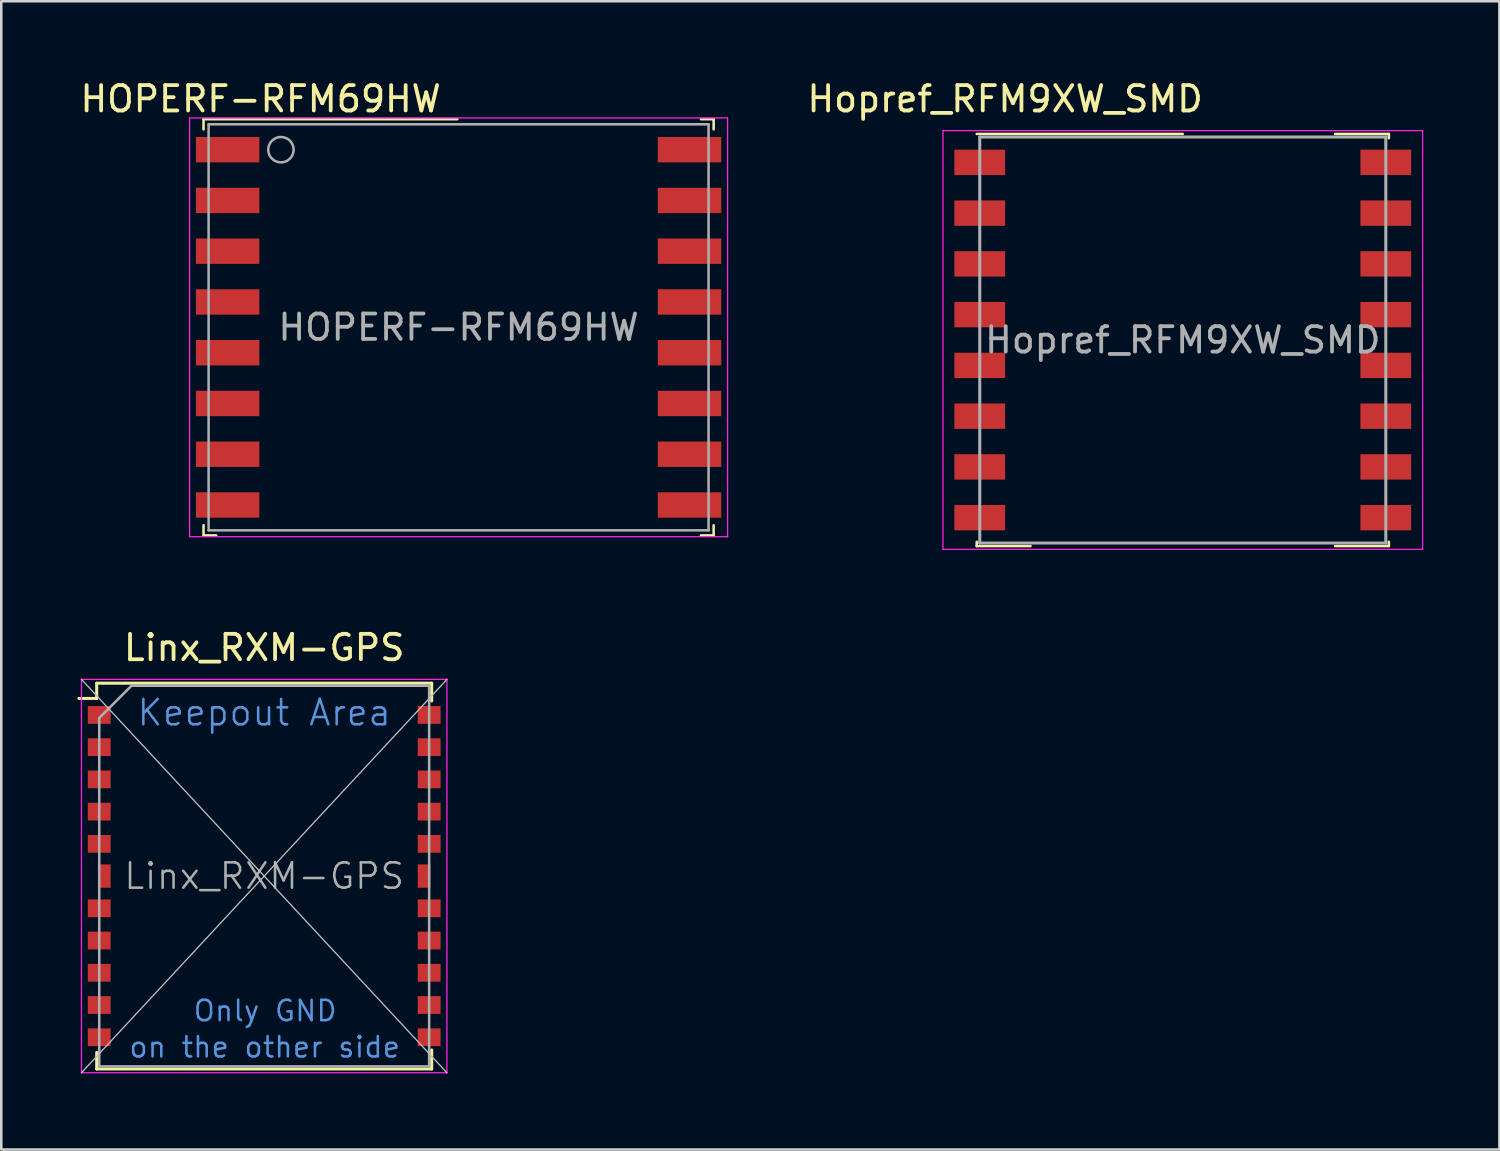
<source format=kicad_pcb>
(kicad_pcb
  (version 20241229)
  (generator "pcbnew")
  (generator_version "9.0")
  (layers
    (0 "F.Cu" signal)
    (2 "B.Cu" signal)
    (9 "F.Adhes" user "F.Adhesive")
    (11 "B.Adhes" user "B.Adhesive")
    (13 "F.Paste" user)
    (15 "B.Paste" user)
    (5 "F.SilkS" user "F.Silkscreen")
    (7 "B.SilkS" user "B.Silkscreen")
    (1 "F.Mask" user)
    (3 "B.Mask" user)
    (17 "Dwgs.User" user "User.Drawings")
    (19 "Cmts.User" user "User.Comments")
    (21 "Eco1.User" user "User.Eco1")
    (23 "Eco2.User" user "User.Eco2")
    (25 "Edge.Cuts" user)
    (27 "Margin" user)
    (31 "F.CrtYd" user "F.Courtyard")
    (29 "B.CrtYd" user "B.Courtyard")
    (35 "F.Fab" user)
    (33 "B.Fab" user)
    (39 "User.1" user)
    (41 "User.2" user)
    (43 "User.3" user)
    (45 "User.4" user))
  (footprint "HOPERF-RFM69HW"
    (layer "F.Cu")
    (at 15.02 9.848)
    (property "Reference" "HOPERF-RFM69HW" (at -7.8 -9 0) (layer "F.SilkS") (effects (font (size 1 1) (thickness 0.15))))
    (attr smd)
    (fp_line (start -10.05 -8.2) (end -10.05 -7.8) (stroke (width 0.1) (type solid)) (layer "F.SilkS"))
    (fp_line (start -10.05 -8.2) (end -0.05 -8.2) (stroke (width 0.1) (type solid)) (layer "F.SilkS"))
    (fp_line (start -10.05 7.8) (end -10.05 8.2) (stroke (width 0.1) (type solid)) (layer "F.SilkS"))
    (fp_line (start -10.05 8.2) (end -9.55 8.2) (stroke (width 0.1) (type solid)) (layer "F.SilkS"))
    (fp_line (start 9.55 -8.2) (end 10.05 -8.2) (stroke (width 0.1) (type solid)) (layer "F.SilkS"))
    (fp_line (start 9.55 8.2) (end 10.05 8.2) (stroke (width 0.1) (type solid)) (layer "F.SilkS"))
    (fp_line (start 10.05 -8.2) (end 10.05 -7.8) (stroke (width 0.1) (type solid)) (layer "F.SilkS"))
    (fp_line (start 10.05 7.8) (end 10.05 8.2) (stroke (width 0.1) (type solid)) (layer "F.SilkS"))
    (fp_line (start -10.6 -8.25) (end 10.6 -8.25) (stroke (width 0.05) (type solid)) (layer "F.CrtYd"))
    (fp_line (start -10.6 8.25) (end -10.6 -8.25) (stroke (width 0.05) (type solid)) (layer "F.CrtYd"))
    (fp_line (start 10.6 -8.25) (end 10.6 8.25) (stroke (width 0.05) (type solid)) (layer "F.CrtYd"))
    (fp_line (start 10.6 8.25) (end -10.6 8.25) (stroke (width 0.05) (type solid)) (layer "F.CrtYd"))
    (fp_line (start -9.85 -8) (end 9.85 -8) (stroke (width 0.1) (type solid)) (layer "F.Fab"))
    (fp_line (start -9.85 8) (end -9.85 -8) (stroke (width 0.1) (type solid)) (layer "F.Fab"))
    (fp_line (start 9.85 -8) (end 9.85 8) (stroke (width 0.1) (type solid)) (layer "F.Fab"))
    (fp_line (start 9.85 8) (end -9.85 8) (stroke (width 0.1) (type solid)) (layer "F.Fab"))
    (fp_circle (center -7 -7) (end -7.5 -7) (stroke (width 0.1) (type solid)) (fill no) (layer "F.Fab"))
    (fp_text user "${REFERENCE}" (at 0 0 0) (layer "F.Fab") (effects (font (size 1 1) (thickness 0.15))))
    (pad "1" smd rect (at -9.1 -7) (size 2.5 1) (layers "F.Cu" "F.Mask" "F.Paste"))
    (pad "2" smd rect (at -9.1 -5) (size 2.5 1) (layers "F.Cu" "F.Mask" "F.Paste"))
    (pad "3" smd rect (at -9.1 -3) (size 2.5 1) (layers "F.Cu" "F.Mask" "F.Paste"))
    (pad "4" smd rect (at -9.1 -1) (size 2.5 1) (layers "F.Cu" "F.Mask" "F.Paste"))
    (pad "5" smd rect (at -9.1 1) (size 2.5 1) (layers "F.Cu" "F.Mask" "F.Paste"))
    (pad "6" smd rect (at -9.1 3) (size 2.5 1) (layers "F.Cu" "F.Mask" "F.Paste"))
    (pad "7" smd rect (at -9.1 5) (size 2.5 1) (layers "F.Cu" "F.Mask" "F.Paste"))
    (pad "8" smd rect (at -9.1 7) (size 2.5 1) (layers "F.Cu" "F.Mask" "F.Paste"))
    (pad "9" smd rect (at 9.1 7) (size 2.5 1) (layers "F.Cu" "F.Mask" "F.Paste"))
    (pad "10" smd rect (at 9.1 5) (size 2.5 1) (layers "F.Cu" "F.Mask" "F.Paste"))
    (pad "11" smd rect (at 9.1 3) (size 2.5 1) (layers "F.Cu" "F.Mask" "F.Paste"))
    (pad "12" smd rect (at 9.1 1) (size 2.5 1) (layers "F.Cu" "F.Mask" "F.Paste"))
    (pad "13" smd rect (at 9.1 -1) (size 2.5 1) (layers "F.Cu" "F.Mask" "F.Paste"))
    (pad "14" smd rect (at 9.1 -3) (size 2.5 1) (layers "F.Cu" "F.Mask" "F.Paste"))
    (pad "15" smd rect (at 9.1 -5) (size 2.5 1) (layers "F.Cu" "F.Mask" "F.Paste"))
    (pad "16" smd rect (at 9.1 -7) (size 2.5 1) (layers "F.Cu" "F.Mask" "F.Paste")))
  (footprint "Linx_RXM-GPS"
    (layer "F.Cu")
    (at 7.36 31.471)
    (property "Reference" "Linx_RXM-GPS" (at 0 -9 0) (layer "F.SilkS") (effects (font (size 1 1) (thickness 0.15))))
    (attr smd)
    (fp_line (start -6.6 -7.6) (end 6.6 -7.6) (stroke (width 0.12) (type solid)) (layer "F.SilkS"))
    (fp_line (start -6.6 -7) (end -7.3 -7) (stroke (width 0.12) (type solid)) (layer "F.SilkS"))
    (fp_line (start -6.6 -7) (end -6.6 -7.6) (stroke (width 0.12) (type solid)) (layer "F.SilkS"))
    (fp_line (start -6.6 6.95) (end -6.6 7.6) (stroke (width 0.12) (type solid)) (layer "F.SilkS"))
    (fp_line (start -6.6 7.6) (end 6.6 7.6) (stroke (width 0.12) (type solid)) (layer "F.SilkS"))
    (fp_line (start 6.6 -7.6) (end 6.6 -6.9) (stroke (width 0.12) (type solid)) (layer "F.SilkS"))
    (fp_line (start 6.6 7.6) (end 6.6 6.85) (stroke (width 0.12) (type solid)) (layer "F.SilkS"))
    (fp_line (start -7.2 -7.75) (end 7.2 7.75) (stroke (width 0.05) (type solid)) (layer "Dwgs.User"))
    (fp_line (start -7.2 7.75) (end 7.2 -7.75) (stroke (width 0.05) (type solid)) (layer "Dwgs.User"))
    (fp_line (start -7.2 -7.75) (end -7.2 7.75) (stroke (width 0.05) (type solid)) (layer "F.CrtYd"))
    (fp_line (start -7.2 -7.75) (end 7.2 -7.75) (stroke (width 0.05) (type solid)) (layer "F.CrtYd"))
    (fp_line (start -7.2 7.75) (end 7.2 7.75) (stroke (width 0.05) (type solid)) (layer "F.CrtYd"))
    (fp_line (start 7.2 7.75) (end 7.2 -7.75) (stroke (width 0.05) (type solid)) (layer "F.CrtYd"))
    (fp_line (start -6.5 -6.23) (end -6.5 7.5) (stroke (width 0.1) (type solid)) (layer "F.Fab"))
    (fp_line (start -6.5 7.5) (end 6.5 7.5) (stroke (width 0.1) (type solid)) (layer "F.Fab"))
    (fp_line (start -5.23 -7.5) (end -6.5 -6.23) (stroke (width 0.1) (type solid)) (layer "F.Fab"))
    (fp_line (start 6.5 -7.5) (end -5.23 -7.5) (stroke (width 0.1) (type solid)) (layer "F.Fab"))
    (fp_line (start 6.5 7.5) (end 6.5 -7.5) (stroke (width 0.1) (type solid)) (layer "F.Fab"))
    (fp_text user "Only GND" (at 0.04 5.31 0) (layer "Cmts.User") (effects (font (size 0.8 0.8) (thickness 0.1))))
    (fp_text user "Keepout Area" (at 0 -6.44 0) (layer "Cmts.User") (effects (font (size 1 1) (thickness 0.1))))
    (fp_text user "on the other side" (at 0.02 6.74 0) (layer "Cmts.User") (effects (font (size 0.8 0.8) (thickness 0.1))))
    (fp_text user "${REFERENCE}" (at 0 0 0) (layer "F.Fab") (effects (font (size 1 1) (thickness 0.1))))
    (pad "1" smd rect (at -6.5 -6.35 90) (size 0.7 0.9) (layers "F.Cu" "F.Mask" "F.Paste"))
    (pad "2" smd rect (at -6.5 -5.08 90) (size 0.7 0.9) (layers "F.Cu" "F.Mask" "F.Paste"))
    (pad "3" smd rect (at -6.5 -3.81 90) (size 0.7 0.9) (layers "F.Cu" "F.Mask" "F.Paste"))
    (pad "4" smd rect (at -6.5 -2.54 90) (size 0.7 0.9) (layers "F.Cu" "F.Mask" "F.Paste"))
    (pad "5" smd rect (at -6.5 -1.27 90) (size 0.7 0.9) (layers "F.Cu" "F.Mask" "F.Paste"))
    (pad "6" smd rect (at -6.5 1.27 90) (size 0.7 0.9) (layers "F.Cu" "F.Mask" "F.Paste"))
    (pad "7" smd rect (at -6.5 2.54 90) (size 0.7 0.9) (layers "F.Cu" "F.Mask" "F.Paste"))
    (pad "8" smd rect (at -6.5 3.81 90) (size 0.7 0.9) (layers "F.Cu" "F.Mask" "F.Paste"))
    (pad "9" smd rect (at -6.5 5.08 90) (size 0.7 0.9) (layers "F.Cu" "F.Mask" "F.Paste"))
    (pad "10" smd rect (at -6.5 6.35 90) (size 0.7 0.9) (layers "F.Cu" "F.Mask" "F.Paste"))
    (pad "11" smd rect (at 6.5 6.35 90) (size 0.7 0.9) (layers "F.Cu" "F.Mask" "F.Paste"))
    (pad "12" smd rect (at 6.5 5.08 90) (size 0.7 0.9) (layers "F.Cu" "F.Mask" "F.Paste"))
    (pad "13" smd rect (at 6.5 3.81 90) (size 0.7 0.9) (layers "F.Cu" "F.Mask" "F.Paste"))
    (pad "14" smd rect (at 6.5 2.54 90) (size 0.7 0.9) (layers "F.Cu" "F.Mask" "F.Paste"))
    (pad "15" smd rect (at 6.5 1.27 90) (size 0.7 0.9) (layers "F.Cu" "F.Mask" "F.Paste"))
    (pad "16" smd rect (at 6.5 -1.27 90) (size 0.7 0.9) (layers "F.Cu" "F.Mask" "F.Paste"))
    (pad "17" smd rect (at 6.5 -2.54 90) (size 0.7 0.9) (layers "F.Cu" "F.Mask" "F.Paste"))
    (pad "18" smd rect (at 6.5 -3.81 90) (size 0.7 0.9) (layers "F.Cu" "F.Mask" "F.Paste"))
    (pad "19" smd rect (at 6.5 -5.08 90) (size 0.7 0.9) (layers "F.Cu" "F.Mask" "F.Paste"))
    (pad "20" smd rect (at 6.5 -6.35 90) (size 0.7 0.9) (layers "F.Cu" "F.Mask" "F.Paste"))
    (pad "21" smd rect (at -6.3 0 90) (size 0.92 0.5) (layers "F.Cu" "F.Mask" "F.Paste"))
    (pad "22" smd rect (at 6.3 0 90) (size 0.92 0.5) (layers "F.Cu" "F.Mask" "F.Paste")))
  (footprint "Hopref_RFM9XW_SMD"
    (layer "F.Cu")
    (at 43.556 10.348)
    (property "Reference" "Hopref_RFM9XW_SMD" (at -7 -9.5 0) (layer "F.SilkS") (effects (font (size 1 1) (thickness 0.15))))
    (attr smd)
    (fp_line (start -8.12 -8.12) (end 0 -8.12) (stroke (width 0.1) (type solid)) (layer "F.SilkS"))
    (fp_line (start -8.12 8.12) (end -8.12 7.95) (stroke (width 0.1) (type solid)) (layer "F.SilkS"))
    (fp_line (start -8.12 8.12) (end -6 8.12) (stroke (width 0.1) (type solid)) (layer "F.SilkS"))
    (fp_line (start 6 -8.12) (end 8.12 -8.12) (stroke (width 0.1) (type solid)) (layer "F.SilkS"))
    (fp_line (start 6 8.12) (end 8.12 8.12) (stroke (width 0.1) (type solid)) (layer "F.SilkS"))
    (fp_line (start 8.12 -8.12) (end 8.12 -7.95) (stroke (width 0.1) (type solid)) (layer "F.SilkS"))
    (fp_line (start 8.12 8.12) (end 8.12 7.95) (stroke (width 0.1) (type solid)) (layer "F.SilkS"))
    (fp_line (start -9.45 -8.25) (end 9.45 -8.25) (stroke (width 0.05) (type solid)) (layer "F.CrtYd"))
    (fp_line (start -9.45 8.25) (end -9.45 -8.25) (stroke (width 0.05) (type solid)) (layer "F.CrtYd"))
    (fp_line (start -9.45 8.25) (end 9.45 8.25) (stroke (width 0.05) (type solid)) (layer "F.CrtYd"))
    (fp_line (start 9.45 -8.25) (end 9.45 8.25) (stroke (width 0.05) (type solid)) (layer "F.CrtYd"))
    (fp_line (start -8 -8) (end 8 -8) (stroke (width 0.12) (type solid)) (layer "F.Fab"))
    (fp_line (start -8 8) (end -8 -8) (stroke (width 0.12) (type solid)) (layer "F.Fab"))
    (fp_line (start -8 8) (end 8 8) (stroke (width 0.12) (type solid)) (layer "F.Fab"))
    (fp_line (start 8 8) (end 8 -8) (stroke (width 0.12) (type solid)) (layer "F.Fab"))
    (fp_text user "${REFERENCE}" (at 0 0 0) (layer "F.Fab") (effects (font (size 1 1) (thickness 0.15))))
    (pad "1" smd rect (at -8 -7) (size 2 1) (layers "F.Cu" "F.Mask" "F.Paste"))
    (pad "2" smd rect (at -8 -5) (size 2 1) (layers "F.Cu" "F.Mask" "F.Paste"))
    (pad "3" smd rect (at -8 -3) (size 2 1) (layers "F.Cu" "F.Mask" "F.Paste"))
    (pad "4" smd rect (at -8 -1) (size 2 1) (layers "F.Cu" "F.Mask" "F.Paste"))
    (pad "5" smd rect (at -8 1) (size 2 1) (layers "F.Cu" "F.Mask" "F.Paste"))
    (pad "6" smd rect (at -8 3) (size 2 1) (layers "F.Cu" "F.Mask" "F.Paste"))
    (pad "7" smd rect (at -8 5) (size 2 1) (layers "F.Cu" "F.Mask" "F.Paste"))
    (pad "8" smd rect (at -8 7) (size 2 1) (layers "F.Cu" "F.Mask" "F.Paste"))
    (pad "9" smd rect (at 8 7) (size 2 1) (layers "F.Cu" "F.Mask" "F.Paste"))
    (pad "10" smd rect (at 8 5) (size 2 1) (layers "F.Cu" "F.Mask" "F.Paste"))
    (pad "11" smd rect (at 8 3) (size 2 1) (layers "F.Cu" "F.Mask" "F.Paste"))
    (pad "12" smd rect (at 8 1) (size 2 1) (layers "F.Cu" "F.Mask" "F.Paste"))
    (pad "13" smd rect (at 8 -1) (size 2 1) (layers "F.Cu" "F.Mask" "F.Paste"))
    (pad "14" smd rect (at 8 -3) (size 2 1) (layers "F.Cu" "F.Mask" "F.Paste"))
    (pad "15" smd rect (at 8 -5) (size 2 1) (layers "F.Cu" "F.Mask" "F.Paste"))
    (pad "16" smd rect (at 8 -7) (size 2 1) (layers "F.Cu" "F.Mask" "F.Paste")))
  (gr_rect
    (start -3 -3)
    (end 56.031 42.246)
    (stroke (width 0.1) (type default))
    (fill no)
    (layer "Edge.Cuts")))
</source>
